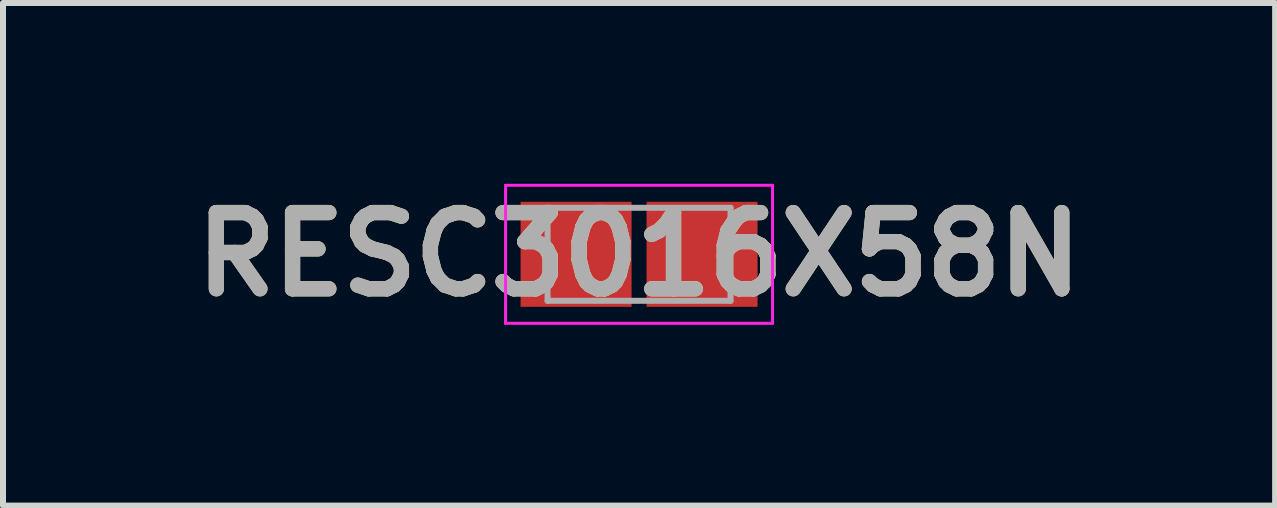
<source format=kicad_pcb>
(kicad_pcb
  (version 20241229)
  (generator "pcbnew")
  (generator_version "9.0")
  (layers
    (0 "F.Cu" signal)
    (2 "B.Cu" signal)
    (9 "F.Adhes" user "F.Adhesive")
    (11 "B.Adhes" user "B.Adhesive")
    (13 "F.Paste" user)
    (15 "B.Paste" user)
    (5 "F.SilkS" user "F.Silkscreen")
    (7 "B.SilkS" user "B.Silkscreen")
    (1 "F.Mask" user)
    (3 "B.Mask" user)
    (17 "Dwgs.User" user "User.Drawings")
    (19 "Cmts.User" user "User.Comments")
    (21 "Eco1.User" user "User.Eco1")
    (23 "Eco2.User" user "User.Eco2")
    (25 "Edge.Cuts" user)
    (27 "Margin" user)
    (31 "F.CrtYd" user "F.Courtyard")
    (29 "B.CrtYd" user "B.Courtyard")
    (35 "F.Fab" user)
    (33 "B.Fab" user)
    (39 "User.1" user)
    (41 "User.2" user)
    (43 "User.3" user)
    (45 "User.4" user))
  (footprint "RESC3016X58N"
    (layer "F.Cu")
    (at 7.602 1.189)
    (property "Reference" "RESC3016X58N" (at 0 0 0) (layer "F.SilkS") (effects (font (size 1.27 1.27) (thickness 0.254))))
    (attr smd)
    (fp_line (start -2.225 -1.15) (end 2.225 -1.15) (stroke (width 0.05) (type solid)) (layer "F.CrtYd"))
    (fp_line (start -2.225 1.15) (end -2.225 -1.15) (stroke (width 0.05) (type solid)) (layer "F.CrtYd"))
    (fp_line (start 2.225 -1.15) (end 2.225 1.15) (stroke (width 0.05) (type solid)) (layer "F.CrtYd"))
    (fp_line (start 2.225 1.15) (end -2.225 1.15) (stroke (width 0.05) (type solid)) (layer "F.CrtYd"))
    (fp_line (start -1.525 -0.775) (end 1.525 -0.775) (stroke (width 0.1) (type solid)) (layer "F.Fab"))
    (fp_line (start -1.525 0.775) (end -1.525 -0.775) (stroke (width 0.1) (type solid)) (layer "F.Fab"))
    (fp_line (start 1.525 -0.775) (end 1.525 0.775) (stroke (width 0.1) (type solid)) (layer "F.Fab"))
    (fp_line (start 1.525 0.775) (end -1.525 0.775) (stroke (width 0.1) (type solid)) (layer "F.Fab"))
    (fp_text user "${REFERENCE}" (at 0 0 0) (layer "F.Fab") (effects (font (size 1.27 1.27) (thickness 0.254))))
    (pad "1" smd rect (at -1.05 0 90) (size 1.75 1.85) (layers "F.Cu" "F.Mask" "F.Paste"))
    (pad "2" smd rect (at 1.05 0 90) (size 1.75 1.85) (layers "F.Cu" "F.Mask" "F.Paste")))
  (gr_rect
    (start -3 -3)
    (end 18.204 5.377)
    (stroke (width 0.1) (type default))
    (fill no)
    (layer "Edge.Cuts")))
</source>
